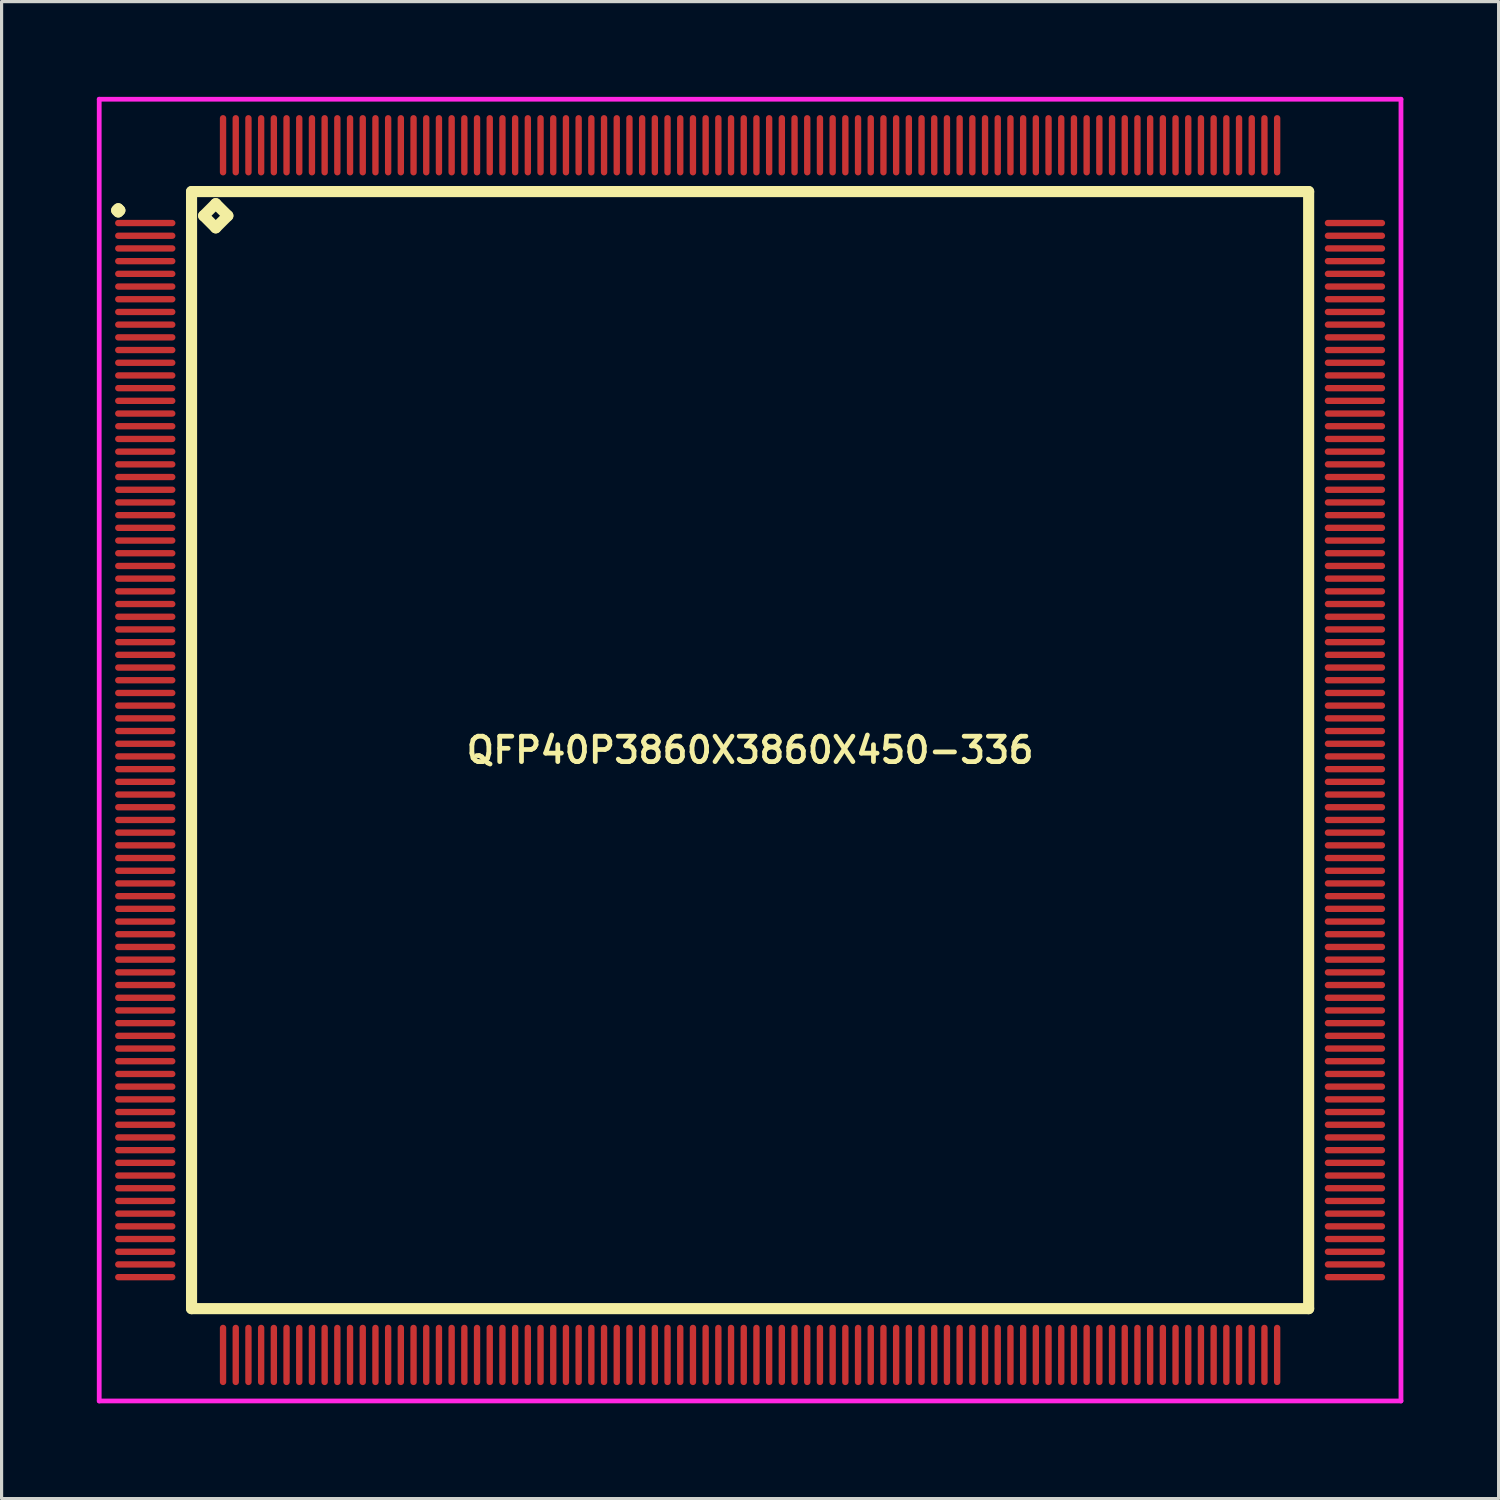
<source format=kicad_pcb>
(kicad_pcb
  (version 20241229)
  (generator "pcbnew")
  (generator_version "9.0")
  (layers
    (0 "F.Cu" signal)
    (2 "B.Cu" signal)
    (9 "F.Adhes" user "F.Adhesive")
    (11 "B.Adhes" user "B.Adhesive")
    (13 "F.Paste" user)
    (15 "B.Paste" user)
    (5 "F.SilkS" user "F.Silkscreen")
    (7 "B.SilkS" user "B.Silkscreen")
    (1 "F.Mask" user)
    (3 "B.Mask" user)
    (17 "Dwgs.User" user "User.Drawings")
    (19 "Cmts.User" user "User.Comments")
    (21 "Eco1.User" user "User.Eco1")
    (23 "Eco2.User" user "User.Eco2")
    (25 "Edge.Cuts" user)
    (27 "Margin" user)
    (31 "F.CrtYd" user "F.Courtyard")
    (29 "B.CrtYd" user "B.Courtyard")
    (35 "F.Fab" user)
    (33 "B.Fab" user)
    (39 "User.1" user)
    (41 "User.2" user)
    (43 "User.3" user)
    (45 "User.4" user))
  (footprint "QFP40P3860X3860X450-336"
    (layer "F.Cu")
    (at 20.575 20.575)
    (property "Reference" "QFP40P3860X3860X450-336" (at 0 0 0) (layer "F.SilkS") (effects (font (size 0.8 0.8) (thickness 0.15))))
    (attr smd)
    (fp_line (start -19.95 -17) (end -19.9 -17.05) (stroke (width 0.35) (type solid)) (layer "F.SilkS"))
    (fp_line (start -19.9 -17.05) (end -19.85 -17) (stroke (width 0.35) (type solid)) (layer "F.SilkS"))
    (fp_line (start -19.9 -16.95) (end -19.95 -17) (stroke (width 0.35) (type solid)) (layer "F.SilkS"))
    (fp_line (start -19.85 -17) (end -19.9 -16.95) (stroke (width 0.35) (type solid)) (layer "F.SilkS"))
    (fp_line (start -17.592 -17.592) (end -17.592 17.592) (stroke (width 0.35) (type solid)) (layer "F.SilkS"))
    (fp_line (start -17.592 17.592) (end 17.592 17.592) (stroke (width 0.35) (type solid)) (layer "F.SilkS"))
    (fp_line (start -17.211 -16.83) (end -16.83 -17.211) (stroke (width 0.35) (type solid)) (layer "F.SilkS"))
    (fp_line (start -16.83 -17.211) (end -16.449 -16.83) (stroke (width 0.35) (type solid)) (layer "F.SilkS"))
    (fp_line (start -16.83 -16.449) (end -17.211 -16.83) (stroke (width 0.35) (type solid)) (layer "F.SilkS"))
    (fp_line (start -16.449 -16.83) (end -16.83 -16.449) (stroke (width 0.35) (type solid)) (layer "F.SilkS"))
    (fp_line (start 17.592 -17.592) (end -17.592 -17.592) (stroke (width 0.35) (type solid)) (layer "F.SilkS"))
    (fp_line (start 17.592 17.592) (end 17.592 -17.592) (stroke (width 0.35) (type solid)) (layer "F.SilkS"))
    (fp_line (start -20.5 -20.5) (end 20.5 -20.5) (stroke (width 0.15) (type solid)) (layer "F.CrtYd"))
    (fp_line (start -20.5 20.5) (end -20.5 -20.5) (stroke (width 0.15) (type solid)) (layer "F.CrtYd"))
    (fp_line (start 20.5 -20.5) (end 20.5 20.5) (stroke (width 0.15) (type solid)) (layer "F.CrtYd"))
    (fp_line (start 20.5 20.5) (end -20.5 20.5) (stroke (width 0.15) (type solid)) (layer "F.CrtYd"))
    (pad "1" smd oval (at -19.05 -16.6) (size 1.9 0.2) (layers "F.Cu" "F.Mask" "F.Paste"))
    (pad "2" smd oval (at -19.05 -16.2) (size 1.9 0.2) (layers "F.Cu" "F.Mask" "F.Paste"))
    (pad "3" smd oval (at -19.05 -15.8) (size 1.9 0.2) (layers "F.Cu" "F.Mask" "F.Paste"))
    (pad "4" smd oval (at -19.05 -15.4) (size 1.9 0.2) (layers "F.Cu" "F.Mask" "F.Paste"))
    (pad "5" smd oval (at -19.05 -15) (size 1.9 0.2) (layers "F.Cu" "F.Mask" "F.Paste"))
    (pad "6" smd oval (at -19.05 -14.6) (size 1.9 0.2) (layers "F.Cu" "F.Mask" "F.Paste"))
    (pad "7" smd oval (at -19.05 -14.2) (size 1.9 0.2) (layers "F.Cu" "F.Mask" "F.Paste"))
    (pad "8" smd oval (at -19.05 -13.8) (size 1.9 0.2) (layers "F.Cu" "F.Mask" "F.Paste"))
    (pad "9" smd oval (at -19.05 -13.4) (size 1.9 0.2) (layers "F.Cu" "F.Mask" "F.Paste"))
    (pad "10" smd oval (at -19.05 -13) (size 1.9 0.2) (layers "F.Cu" "F.Mask" "F.Paste"))
    (pad "11" smd oval (at -19.05 -12.6) (size 1.9 0.2) (layers "F.Cu" "F.Mask" "F.Paste"))
    (pad "12" smd oval (at -19.05 -12.2) (size 1.9 0.2) (layers "F.Cu" "F.Mask" "F.Paste"))
    (pad "13" smd oval (at -19.05 -11.8) (size 1.9 0.2) (layers "F.Cu" "F.Mask" "F.Paste"))
    (pad "14" smd oval (at -19.05 -11.4) (size 1.9 0.2) (layers "F.Cu" "F.Mask" "F.Paste"))
    (pad "15" smd oval (at -19.05 -11) (size 1.9 0.2) (layers "F.Cu" "F.Mask" "F.Paste"))
    (pad "16" smd oval (at -19.05 -10.6) (size 1.9 0.2) (layers "F.Cu" "F.Mask" "F.Paste"))
    (pad "17" smd oval (at -19.05 -10.2) (size 1.9 0.2) (layers "F.Cu" "F.Mask" "F.Paste"))
    (pad "18" smd oval (at -19.05 -9.8) (size 1.9 0.2) (layers "F.Cu" "F.Mask" "F.Paste"))
    (pad "19" smd oval (at -19.05 -9.4) (size 1.9 0.2) (layers "F.Cu" "F.Mask" "F.Paste"))
    (pad "20" smd oval (at -19.05 -9) (size 1.9 0.2) (layers "F.Cu" "F.Mask" "F.Paste"))
    (pad "21" smd oval (at -19.05 -8.6) (size 1.9 0.2) (layers "F.Cu" "F.Mask" "F.Paste"))
    (pad "22" smd oval (at -19.05 -8.2) (size 1.9 0.2) (layers "F.Cu" "F.Mask" "F.Paste"))
    (pad "23" smd oval (at -19.05 -7.8) (size 1.9 0.2) (layers "F.Cu" "F.Mask" "F.Paste"))
    (pad "24" smd oval (at -19.05 -7.4) (size 1.9 0.2) (layers "F.Cu" "F.Mask" "F.Paste"))
    (pad "25" smd oval (at -19.05 -7) (size 1.9 0.2) (layers "F.Cu" "F.Mask" "F.Paste"))
    (pad "26" smd oval (at -19.05 -6.6) (size 1.9 0.2) (layers "F.Cu" "F.Mask" "F.Paste"))
    (pad "27" smd oval (at -19.05 -6.2) (size 1.9 0.2) (layers "F.Cu" "F.Mask" "F.Paste"))
    (pad "28" smd oval (at -19.05 -5.8) (size 1.9 0.2) (layers "F.Cu" "F.Mask" "F.Paste"))
    (pad "29" smd oval (at -19.05 -5.4) (size 1.9 0.2) (layers "F.Cu" "F.Mask" "F.Paste"))
    (pad "30" smd oval (at -19.05 -5) (size 1.9 0.2) (layers "F.Cu" "F.Mask" "F.Paste"))
    (pad "31" smd oval (at -19.05 -4.6) (size 1.9 0.2) (layers "F.Cu" "F.Mask" "F.Paste"))
    (pad "32" smd oval (at -19.05 -4.2) (size 1.9 0.2) (layers "F.Cu" "F.Mask" "F.Paste"))
    (pad "33" smd oval (at -19.05 -3.8) (size 1.9 0.2) (layers "F.Cu" "F.Mask" "F.Paste"))
    (pad "34" smd oval (at -19.05 -3.4) (size 1.9 0.2) (layers "F.Cu" "F.Mask" "F.Paste"))
    (pad "35" smd oval (at -19.05 -3) (size 1.9 0.2) (layers "F.Cu" "F.Mask" "F.Paste"))
    (pad "36" smd oval (at -19.05 -2.6) (size 1.9 0.2) (layers "F.Cu" "F.Mask" "F.Paste"))
    (pad "37" smd oval (at -19.05 -2.2) (size 1.9 0.2) (layers "F.Cu" "F.Mask" "F.Paste"))
    (pad "38" smd oval (at -19.05 -1.8) (size 1.9 0.2) (layers "F.Cu" "F.Mask" "F.Paste"))
    (pad "39" smd oval (at -19.05 -1.4) (size 1.9 0.2) (layers "F.Cu" "F.Mask" "F.Paste"))
    (pad "40" smd oval (at -19.05 -1) (size 1.9 0.2) (layers "F.Cu" "F.Mask" "F.Paste"))
    (pad "41" smd oval (at -19.05 -0.6) (size 1.9 0.2) (layers "F.Cu" "F.Mask" "F.Paste"))
    (pad "42" smd oval (at -19.05 -0.2) (size 1.9 0.2) (layers "F.Cu" "F.Mask" "F.Paste"))
    (pad "43" smd oval (at -19.05 0.2) (size 1.9 0.2) (layers "F.Cu" "F.Mask" "F.Paste"))
    (pad "44" smd oval (at -19.05 0.6) (size 1.9 0.2) (layers "F.Cu" "F.Mask" "F.Paste"))
    (pad "45" smd oval (at -19.05 1) (size 1.9 0.2) (layers "F.Cu" "F.Mask" "F.Paste"))
    (pad "46" smd oval (at -19.05 1.4) (size 1.9 0.2) (layers "F.Cu" "F.Mask" "F.Paste"))
    (pad "47" smd oval (at -19.05 1.8) (size 1.9 0.2) (layers "F.Cu" "F.Mask" "F.Paste"))
    (pad "48" smd oval (at -19.05 2.2) (size 1.9 0.2) (layers "F.Cu" "F.Mask" "F.Paste"))
    (pad "49" smd oval (at -19.05 2.6) (size 1.9 0.2) (layers "F.Cu" "F.Mask" "F.Paste"))
    (pad "50" smd oval (at -19.05 3) (size 1.9 0.2) (layers "F.Cu" "F.Mask" "F.Paste"))
    (pad "51" smd oval (at -19.05 3.4) (size 1.9 0.2) (layers "F.Cu" "F.Mask" "F.Paste"))
    (pad "52" smd oval (at -19.05 3.8) (size 1.9 0.2) (layers "F.Cu" "F.Mask" "F.Paste"))
    (pad "53" smd oval (at -19.05 4.2) (size 1.9 0.2) (layers "F.Cu" "F.Mask" "F.Paste"))
    (pad "54" smd oval (at -19.05 4.6) (size 1.9 0.2) (layers "F.Cu" "F.Mask" "F.Paste"))
    (pad "55" smd oval (at -19.05 5) (size 1.9 0.2) (layers "F.Cu" "F.Mask" "F.Paste"))
    (pad "56" smd oval (at -19.05 5.4) (size 1.9 0.2) (layers "F.Cu" "F.Mask" "F.Paste"))
    (pad "57" smd oval (at -19.05 5.8) (size 1.9 0.2) (layers "F.Cu" "F.Mask" "F.Paste"))
    (pad "58" smd oval (at -19.05 6.2) (size 1.9 0.2) (layers "F.Cu" "F.Mask" "F.Paste"))
    (pad "59" smd oval (at -19.05 6.6) (size 1.9 0.2) (layers "F.Cu" "F.Mask" "F.Paste"))
    (pad "60" smd oval (at -19.05 7) (size 1.9 0.2) (layers "F.Cu" "F.Mask" "F.Paste"))
    (pad "61" smd oval (at -19.05 7.4) (size 1.9 0.2) (layers "F.Cu" "F.Mask" "F.Paste"))
    (pad "62" smd oval (at -19.05 7.8) (size 1.9 0.2) (layers "F.Cu" "F.Mask" "F.Paste"))
    (pad "63" smd oval (at -19.05 8.2) (size 1.9 0.2) (layers "F.Cu" "F.Mask" "F.Paste"))
    (pad "64" smd oval (at -19.05 8.6) (size 1.9 0.2) (layers "F.Cu" "F.Mask" "F.Paste"))
    (pad "65" smd oval (at -19.05 9) (size 1.9 0.2) (layers "F.Cu" "F.Mask" "F.Paste"))
    (pad "66" smd oval (at -19.05 9.4) (size 1.9 0.2) (layers "F.Cu" "F.Mask" "F.Paste"))
    (pad "67" smd oval (at -19.05 9.8) (size 1.9 0.2) (layers "F.Cu" "F.Mask" "F.Paste"))
    (pad "68" smd oval (at -19.05 10.2) (size 1.9 0.2) (layers "F.Cu" "F.Mask" "F.Paste"))
    (pad "69" smd oval (at -19.05 10.6) (size 1.9 0.2) (layers "F.Cu" "F.Mask" "F.Paste"))
    (pad "70" smd oval (at -19.05 11) (size 1.9 0.2) (layers "F.Cu" "F.Mask" "F.Paste"))
    (pad "71" smd oval (at -19.05 11.4) (size 1.9 0.2) (layers "F.Cu" "F.Mask" "F.Paste"))
    (pad "72" smd oval (at -19.05 11.8) (size 1.9 0.2) (layers "F.Cu" "F.Mask" "F.Paste"))
    (pad "73" smd oval (at -19.05 12.2) (size 1.9 0.2) (layers "F.Cu" "F.Mask" "F.Paste"))
    (pad "74" smd oval (at -19.05 12.6) (size 1.9 0.2) (layers "F.Cu" "F.Mask" "F.Paste"))
    (pad "75" smd oval (at -19.05 13) (size 1.9 0.2) (layers "F.Cu" "F.Mask" "F.Paste"))
    (pad "76" smd oval (at -19.05 13.4) (size 1.9 0.2) (layers "F.Cu" "F.Mask" "F.Paste"))
    (pad "77" smd oval (at -19.05 13.8) (size 1.9 0.2) (layers "F.Cu" "F.Mask" "F.Paste"))
    (pad "78" smd oval (at -19.05 14.2) (size 1.9 0.2) (layers "F.Cu" "F.Mask" "F.Paste"))
    (pad "79" smd oval (at -19.05 14.6) (size 1.9 0.2) (layers "F.Cu" "F.Mask" "F.Paste"))
    (pad "80" smd oval (at -19.05 15) (size 1.9 0.2) (layers "F.Cu" "F.Mask" "F.Paste"))
    (pad "81" smd oval (at -19.05 15.4) (size 1.9 0.2) (layers "F.Cu" "F.Mask" "F.Paste"))
    (pad "82" smd oval (at -19.05 15.8) (size 1.9 0.2) (layers "F.Cu" "F.Mask" "F.Paste"))
    (pad "83" smd oval (at -19.05 16.2) (size 1.9 0.2) (layers "F.Cu" "F.Mask" "F.Paste"))
    (pad "84" smd oval (at -19.05 16.6) (size 1.9 0.2) (layers "F.Cu" "F.Mask" "F.Paste"))
    (pad "85" smd oval (at -16.6 19.05) (size 0.2 1.9) (layers "F.Cu" "F.Mask" "F.Paste"))
    (pad "86" smd oval (at -16.2 19.05) (size 0.2 1.9) (layers "F.Cu" "F.Mask" "F.Paste"))
    (pad "87" smd oval (at -15.8 19.05) (size 0.2 1.9) (layers "F.Cu" "F.Mask" "F.Paste"))
    (pad "88" smd oval (at -15.4 19.05) (size 0.2 1.9) (layers "F.Cu" "F.Mask" "F.Paste"))
    (pad "89" smd oval (at -15 19.05) (size 0.2 1.9) (layers "F.Cu" "F.Mask" "F.Paste"))
    (pad "90" smd oval (at -14.6 19.05) (size 0.2 1.9) (layers "F.Cu" "F.Mask" "F.Paste"))
    (pad "91" smd oval (at -14.2 19.05) (size 0.2 1.9) (layers "F.Cu" "F.Mask" "F.Paste"))
    (pad "92" smd oval (at -13.8 19.05) (size 0.2 1.9) (layers "F.Cu" "F.Mask" "F.Paste"))
    (pad "93" smd oval (at -13.4 19.05) (size 0.2 1.9) (layers "F.Cu" "F.Mask" "F.Paste"))
    (pad "94" smd oval (at -13 19.05) (size 0.2 1.9) (layers "F.Cu" "F.Mask" "F.Paste"))
    (pad "95" smd oval (at -12.6 19.05) (size 0.2 1.9) (layers "F.Cu" "F.Mask" "F.Paste"))
    (pad "96" smd oval (at -12.2 19.05) (size 0.2 1.9) (layers "F.Cu" "F.Mask" "F.Paste"))
    (pad "97" smd oval (at -11.8 19.05) (size 0.2 1.9) (layers "F.Cu" "F.Mask" "F.Paste"))
    (pad "98" smd oval (at -11.4 19.05) (size 0.2 1.9) (layers "F.Cu" "F.Mask" "F.Paste"))
    (pad "99" smd oval (at -11 19.05) (size 0.2 1.9) (layers "F.Cu" "F.Mask" "F.Paste"))
    (pad "100" smd oval (at -10.6 19.05) (size 0.2 1.9) (layers "F.Cu" "F.Mask" "F.Paste"))
    (pad "101" smd oval (at -10.2 19.05) (size 0.2 1.9) (layers "F.Cu" "F.Mask" "F.Paste"))
    (pad "102" smd oval (at -9.8 19.05) (size 0.2 1.9) (layers "F.Cu" "F.Mask" "F.Paste"))
    (pad "103" smd oval (at -9.4 19.05) (size 0.2 1.9) (layers "F.Cu" "F.Mask" "F.Paste"))
    (pad "104" smd oval (at -9 19.05) (size 0.2 1.9) (layers "F.Cu" "F.Mask" "F.Paste"))
    (pad "105" smd oval (at -8.6 19.05) (size 0.2 1.9) (layers "F.Cu" "F.Mask" "F.Paste"))
    (pad "106" smd oval (at -8.2 19.05) (size 0.2 1.9) (layers "F.Cu" "F.Mask" "F.Paste"))
    (pad "107" smd oval (at -7.8 19.05) (size 0.2 1.9) (layers "F.Cu" "F.Mask" "F.Paste"))
    (pad "108" smd oval (at -7.4 19.05) (size 0.2 1.9) (layers "F.Cu" "F.Mask" "F.Paste"))
    (pad "109" smd oval (at -7 19.05) (size 0.2 1.9) (layers "F.Cu" "F.Mask" "F.Paste"))
    (pad "110" smd oval (at -6.6 19.05) (size 0.2 1.9) (layers "F.Cu" "F.Mask" "F.Paste"))
    (pad "111" smd oval (at -6.2 19.05) (size 0.2 1.9) (layers "F.Cu" "F.Mask" "F.Paste"))
    (pad "112" smd oval (at -5.8 19.05) (size 0.2 1.9) (layers "F.Cu" "F.Mask" "F.Paste"))
    (pad "113" smd oval (at -5.4 19.05) (size 0.2 1.9) (layers "F.Cu" "F.Mask" "F.Paste"))
    (pad "114" smd oval (at -5 19.05) (size 0.2 1.9) (layers "F.Cu" "F.Mask" "F.Paste"))
    (pad "115" smd oval (at -4.6 19.05) (size 0.2 1.9) (layers "F.Cu" "F.Mask" "F.Paste"))
    (pad "116" smd oval (at -4.2 19.05) (size 0.2 1.9) (layers "F.Cu" "F.Mask" "F.Paste"))
    (pad "117" smd oval (at -3.8 19.05) (size 0.2 1.9) (layers "F.Cu" "F.Mask" "F.Paste"))
    (pad "118" smd oval (at -3.4 19.05) (size 0.2 1.9) (layers "F.Cu" "F.Mask" "F.Paste"))
    (pad "119" smd oval (at -3 19.05) (size 0.2 1.9) (layers "F.Cu" "F.Mask" "F.Paste"))
    (pad "120" smd oval (at -2.6 19.05) (size 0.2 1.9) (layers "F.Cu" "F.Mask" "F.Paste"))
    (pad "121" smd oval (at -2.2 19.05) (size 0.2 1.9) (layers "F.Cu" "F.Mask" "F.Paste"))
    (pad "122" smd oval (at -1.8 19.05) (size 0.2 1.9) (layers "F.Cu" "F.Mask" "F.Paste"))
    (pad "123" smd oval (at -1.4 19.05) (size 0.2 1.9) (layers "F.Cu" "F.Mask" "F.Paste"))
    (pad "124" smd oval (at -1 19.05) (size 0.2 1.9) (layers "F.Cu" "F.Mask" "F.Paste"))
    (pad "125" smd oval (at -0.6 19.05) (size 0.2 1.9) (layers "F.Cu" "F.Mask" "F.Paste"))
    (pad "126" smd oval (at -0.2 19.05) (size 0.2 1.9) (layers "F.Cu" "F.Mask" "F.Paste"))
    (pad "127" smd oval (at 0.2 19.05) (size 0.2 1.9) (layers "F.Cu" "F.Mask" "F.Paste"))
    (pad "128" smd oval (at 0.6 19.05) (size 0.2 1.9) (layers "F.Cu" "F.Mask" "F.Paste"))
    (pad "129" smd oval (at 1 19.05) (size 0.2 1.9) (layers "F.Cu" "F.Mask" "F.Paste"))
    (pad "130" smd oval (at 1.4 19.05) (size 0.2 1.9) (layers "F.Cu" "F.Mask" "F.Paste"))
    (pad "131" smd oval (at 1.8 19.05) (size 0.2 1.9) (layers "F.Cu" "F.Mask" "F.Paste"))
    (pad "132" smd oval (at 2.2 19.05) (size 0.2 1.9) (layers "F.Cu" "F.Mask" "F.Paste"))
    (pad "133" smd oval (at 2.6 19.05) (size 0.2 1.9) (layers "F.Cu" "F.Mask" "F.Paste"))
    (pad "134" smd oval (at 3 19.05) (size 0.2 1.9) (layers "F.Cu" "F.Mask" "F.Paste"))
    (pad "135" smd oval (at 3.4 19.05) (size 0.2 1.9) (layers "F.Cu" "F.Mask" "F.Paste"))
    (pad "136" smd oval (at 3.8 19.05) (size 0.2 1.9) (layers "F.Cu" "F.Mask" "F.Paste"))
    (pad "137" smd oval (at 4.2 19.05) (size 0.2 1.9) (layers "F.Cu" "F.Mask" "F.Paste"))
    (pad "138" smd oval (at 4.6 19.05) (size 0.2 1.9) (layers "F.Cu" "F.Mask" "F.Paste"))
    (pad "139" smd oval (at 5 19.05) (size 0.2 1.9) (layers "F.Cu" "F.Mask" "F.Paste"))
    (pad "140" smd oval (at 5.4 19.05) (size 0.2 1.9) (layers "F.Cu" "F.Mask" "F.Paste"))
    (pad "141" smd oval (at 5.8 19.05) (size 0.2 1.9) (layers "F.Cu" "F.Mask" "F.Paste"))
    (pad "142" smd oval (at 6.2 19.05) (size 0.2 1.9) (layers "F.Cu" "F.Mask" "F.Paste"))
    (pad "143" smd oval (at 6.6 19.05) (size 0.2 1.9) (layers "F.Cu" "F.Mask" "F.Paste"))
    (pad "144" smd oval (at 7 19.05) (size 0.2 1.9) (layers "F.Cu" "F.Mask" "F.Paste"))
    (pad "145" smd oval (at 7.4 19.05) (size 0.2 1.9) (layers "F.Cu" "F.Mask" "F.Paste"))
    (pad "146" smd oval (at 7.8 19.05) (size 0.2 1.9) (layers "F.Cu" "F.Mask" "F.Paste"))
    (pad "147" smd oval (at 8.2 19.05) (size 0.2 1.9) (layers "F.Cu" "F.Mask" "F.Paste"))
    (pad "148" smd oval (at 8.6 19.05) (size 0.2 1.9) (layers "F.Cu" "F.Mask" "F.Paste"))
    (pad "149" smd oval (at 9 19.05) (size 0.2 1.9) (layers "F.Cu" "F.Mask" "F.Paste"))
    (pad "150" smd oval (at 9.4 19.05) (size 0.2 1.9) (layers "F.Cu" "F.Mask" "F.Paste"))
    (pad "151" smd oval (at 9.8 19.05) (size 0.2 1.9) (layers "F.Cu" "F.Mask" "F.Paste"))
    (pad "152" smd oval (at 10.2 19.05) (size 0.2 1.9) (layers "F.Cu" "F.Mask" "F.Paste"))
    (pad "153" smd oval (at 10.6 19.05) (size 0.2 1.9) (layers "F.Cu" "F.Mask" "F.Paste"))
    (pad "154" smd oval (at 11 19.05) (size 0.2 1.9) (layers "F.Cu" "F.Mask" "F.Paste"))
    (pad "155" smd oval (at 11.4 19.05) (size 0.2 1.9) (layers "F.Cu" "F.Mask" "F.Paste"))
    (pad "156" smd oval (at 11.8 19.05) (size 0.2 1.9) (layers "F.Cu" "F.Mask" "F.Paste"))
    (pad "157" smd oval (at 12.2 19.05) (size 0.2 1.9) (layers "F.Cu" "F.Mask" "F.Paste"))
    (pad "158" smd oval (at 12.6 19.05) (size 0.2 1.9) (layers "F.Cu" "F.Mask" "F.Paste"))
    (pad "159" smd oval (at 13 19.05) (size 0.2 1.9) (layers "F.Cu" "F.Mask" "F.Paste"))
    (pad "160" smd oval (at 13.4 19.05) (size 0.2 1.9) (layers "F.Cu" "F.Mask" "F.Paste"))
    (pad "161" smd oval (at 13.8 19.05) (size 0.2 1.9) (layers "F.Cu" "F.Mask" "F.Paste"))
    (pad "162" smd oval (at 14.2 19.05) (size 0.2 1.9) (layers "F.Cu" "F.Mask" "F.Paste"))
    (pad "163" smd oval (at 14.6 19.05) (size 0.2 1.9) (layers "F.Cu" "F.Mask" "F.Paste"))
    (pad "164" smd oval (at 15 19.05) (size 0.2 1.9) (layers "F.Cu" "F.Mask" "F.Paste"))
    (pad "165" smd oval (at 15.4 19.05) (size 0.2 1.9) (layers "F.Cu" "F.Mask" "F.Paste"))
    (pad "166" smd oval (at 15.8 19.05) (size 0.2 1.9) (layers "F.Cu" "F.Mask" "F.Paste"))
    (pad "167" smd oval (at 16.2 19.05) (size 0.2 1.9) (layers "F.Cu" "F.Mask" "F.Paste"))
    (pad "168" smd oval (at 16.6 19.05) (size 0.2 1.9) (layers "F.Cu" "F.Mask" "F.Paste"))
    (pad "169" smd oval (at 19.05 16.6) (size 1.9 0.2) (layers "F.Cu" "F.Mask" "F.Paste"))
    (pad "170" smd oval (at 19.05 16.2) (size 1.9 0.2) (layers "F.Cu" "F.Mask" "F.Paste"))
    (pad "171" smd oval (at 19.05 15.8) (size 1.9 0.2) (layers "F.Cu" "F.Mask" "F.Paste"))
    (pad "172" smd oval (at 19.05 15.4) (size 1.9 0.2) (layers "F.Cu" "F.Mask" "F.Paste"))
    (pad "173" smd oval (at 19.05 15) (size 1.9 0.2) (layers "F.Cu" "F.Mask" "F.Paste"))
    (pad "174" smd oval (at 19.05 14.6) (size 1.9 0.2) (layers "F.Cu" "F.Mask" "F.Paste"))
    (pad "175" smd oval (at 19.05 14.2) (size 1.9 0.2) (layers "F.Cu" "F.Mask" "F.Paste"))
    (pad "176" smd oval (at 19.05 13.8) (size 1.9 0.2) (layers "F.Cu" "F.Mask" "F.Paste"))
    (pad "177" smd oval (at 19.05 13.4) (size 1.9 0.2) (layers "F.Cu" "F.Mask" "F.Paste"))
    (pad "178" smd oval (at 19.05 13) (size 1.9 0.2) (layers "F.Cu" "F.Mask" "F.Paste"))
    (pad "179" smd oval (at 19.05 12.6) (size 1.9 0.2) (layers "F.Cu" "F.Mask" "F.Paste"))
    (pad "180" smd oval (at 19.05 12.2) (size 1.9 0.2) (layers "F.Cu" "F.Mask" "F.Paste"))
    (pad "181" smd oval (at 19.05 11.8) (size 1.9 0.2) (layers "F.Cu" "F.Mask" "F.Paste"))
    (pad "182" smd oval (at 19.05 11.4) (size 1.9 0.2) (layers "F.Cu" "F.Mask" "F.Paste"))
    (pad "183" smd oval (at 19.05 11) (size 1.9 0.2) (layers "F.Cu" "F.Mask" "F.Paste"))
    (pad "184" smd oval (at 19.05 10.6) (size 1.9 0.2) (layers "F.Cu" "F.Mask" "F.Paste"))
    (pad "185" smd oval (at 19.05 10.2) (size 1.9 0.2) (layers "F.Cu" "F.Mask" "F.Paste"))
    (pad "186" smd oval (at 19.05 9.8) (size 1.9 0.2) (layers "F.Cu" "F.Mask" "F.Paste"))
    (pad "187" smd oval (at 19.05 9.4) (size 1.9 0.2) (layers "F.Cu" "F.Mask" "F.Paste"))
    (pad "188" smd oval (at 19.05 9) (size 1.9 0.2) (layers "F.Cu" "F.Mask" "F.Paste"))
    (pad "189" smd oval (at 19.05 8.6) (size 1.9 0.2) (layers "F.Cu" "F.Mask" "F.Paste"))
    (pad "190" smd oval (at 19.05 8.2) (size 1.9 0.2) (layers "F.Cu" "F.Mask" "F.Paste"))
    (pad "191" smd oval (at 19.05 7.8) (size 1.9 0.2) (layers "F.Cu" "F.Mask" "F.Paste"))
    (pad "192" smd oval (at 19.05 7.4) (size 1.9 0.2) (layers "F.Cu" "F.Mask" "F.Paste"))
    (pad "193" smd oval (at 19.05 7) (size 1.9 0.2) (layers "F.Cu" "F.Mask" "F.Paste"))
    (pad "194" smd oval (at 19.05 6.6) (size 1.9 0.2) (layers "F.Cu" "F.Mask" "F.Paste"))
    (pad "195" smd oval (at 19.05 6.2) (size 1.9 0.2) (layers "F.Cu" "F.Mask" "F.Paste"))
    (pad "196" smd oval (at 19.05 5.8) (size 1.9 0.2) (layers "F.Cu" "F.Mask" "F.Paste"))
    (pad "197" smd oval (at 19.05 5.4) (size 1.9 0.2) (layers "F.Cu" "F.Mask" "F.Paste"))
    (pad "198" smd oval (at 19.05 5) (size 1.9 0.2) (layers "F.Cu" "F.Mask" "F.Paste"))
    (pad "199" smd oval (at 19.05 4.6) (size 1.9 0.2) (layers "F.Cu" "F.Mask" "F.Paste"))
    (pad "200" smd oval (at 19.05 4.2) (size 1.9 0.2) (layers "F.Cu" "F.Mask" "F.Paste"))
    (pad "201" smd oval (at 19.05 3.8) (size 1.9 0.2) (layers "F.Cu" "F.Mask" "F.Paste"))
    (pad "202" smd oval (at 19.05 3.4) (size 1.9 0.2) (layers "F.Cu" "F.Mask" "F.Paste"))
    (pad "203" smd oval (at 19.05 3) (size 1.9 0.2) (layers "F.Cu" "F.Mask" "F.Paste"))
    (pad "204" smd oval (at 19.05 2.6) (size 1.9 0.2) (layers "F.Cu" "F.Mask" "F.Paste"))
    (pad "205" smd oval (at 19.05 2.2) (size 1.9 0.2) (layers "F.Cu" "F.Mask" "F.Paste"))
    (pad "206" smd oval (at 19.05 1.8) (size 1.9 0.2) (layers "F.Cu" "F.Mask" "F.Paste"))
    (pad "207" smd oval (at 19.05 1.4) (size 1.9 0.2) (layers "F.Cu" "F.Mask" "F.Paste"))
    (pad "208" smd oval (at 19.05 1) (size 1.9 0.2) (layers "F.Cu" "F.Mask" "F.Paste"))
    (pad "209" smd oval (at 19.05 0.6) (size 1.9 0.2) (layers "F.Cu" "F.Mask" "F.Paste"))
    (pad "210" smd oval (at 19.05 0.2) (size 1.9 0.2) (layers "F.Cu" "F.Mask" "F.Paste"))
    (pad "211" smd oval (at 19.05 -0.2) (size 1.9 0.2) (layers "F.Cu" "F.Mask" "F.Paste"))
    (pad "212" smd oval (at 19.05 -0.6) (size 1.9 0.2) (layers "F.Cu" "F.Mask" "F.Paste"))
    (pad "213" smd oval (at 19.05 -1) (size 1.9 0.2) (layers "F.Cu" "F.Mask" "F.Paste"))
    (pad "214" smd oval (at 19.05 -1.4) (size 1.9 0.2) (layers "F.Cu" "F.Mask" "F.Paste"))
    (pad "215" smd oval (at 19.05 -1.8) (size 1.9 0.2) (layers "F.Cu" "F.Mask" "F.Paste"))
    (pad "216" smd oval (at 19.05 -2.2) (size 1.9 0.2) (layers "F.Cu" "F.Mask" "F.Paste"))
    (pad "217" smd oval (at 19.05 -2.6) (size 1.9 0.2) (layers "F.Cu" "F.Mask" "F.Paste"))
    (pad "218" smd oval (at 19.05 -3) (size 1.9 0.2) (layers "F.Cu" "F.Mask" "F.Paste"))
    (pad "219" smd oval (at 19.05 -3.4) (size 1.9 0.2) (layers "F.Cu" "F.Mask" "F.Paste"))
    (pad "220" smd oval (at 19.05 -3.8) (size 1.9 0.2) (layers "F.Cu" "F.Mask" "F.Paste"))
    (pad "221" smd oval (at 19.05 -4.2) (size 1.9 0.2) (layers "F.Cu" "F.Mask" "F.Paste"))
    (pad "222" smd oval (at 19.05 -4.6) (size 1.9 0.2) (layers "F.Cu" "F.Mask" "F.Paste"))
    (pad "223" smd oval (at 19.05 -5) (size 1.9 0.2) (layers "F.Cu" "F.Mask" "F.Paste"))
    (pad "224" smd oval (at 19.05 -5.4) (size 1.9 0.2) (layers "F.Cu" "F.Mask" "F.Paste"))
    (pad "225" smd oval (at 19.05 -5.8) (size 1.9 0.2) (layers "F.Cu" "F.Mask" "F.Paste"))
    (pad "226" smd oval (at 19.05 -6.2) (size 1.9 0.2) (layers "F.Cu" "F.Mask" "F.Paste"))
    (pad "227" smd oval (at 19.05 -6.6) (size 1.9 0.2) (layers "F.Cu" "F.Mask" "F.Paste"))
    (pad "228" smd oval (at 19.05 -7) (size 1.9 0.2) (layers "F.Cu" "F.Mask" "F.Paste"))
    (pad "229" smd oval (at 19.05 -7.4) (size 1.9 0.2) (layers "F.Cu" "F.Mask" "F.Paste"))
    (pad "230" smd oval (at 19.05 -7.8) (size 1.9 0.2) (layers "F.Cu" "F.Mask" "F.Paste"))
    (pad "231" smd oval (at 19.05 -8.2) (size 1.9 0.2) (layers "F.Cu" "F.Mask" "F.Paste"))
    (pad "232" smd oval (at 19.05 -8.6) (size 1.9 0.2) (layers "F.Cu" "F.Mask" "F.Paste"))
    (pad "233" smd oval (at 19.05 -9) (size 1.9 0.2) (layers "F.Cu" "F.Mask" "F.Paste"))
    (pad "234" smd oval (at 19.05 -9.4) (size 1.9 0.2) (layers "F.Cu" "F.Mask" "F.Paste"))
    (pad "235" smd oval (at 19.05 -9.8) (size 1.9 0.2) (layers "F.Cu" "F.Mask" "F.Paste"))
    (pad "236" smd oval (at 19.05 -10.2) (size 1.9 0.2) (layers "F.Cu" "F.Mask" "F.Paste"))
    (pad "237" smd oval (at 19.05 -10.6) (size 1.9 0.2) (layers "F.Cu" "F.Mask" "F.Paste"))
    (pad "238" smd oval (at 19.05 -11) (size 1.9 0.2) (layers "F.Cu" "F.Mask" "F.Paste"))
    (pad "239" smd oval (at 19.05 -11.4) (size 1.9 0.2) (layers "F.Cu" "F.Mask" "F.Paste"))
    (pad "240" smd oval (at 19.05 -11.8) (size 1.9 0.2) (layers "F.Cu" "F.Mask" "F.Paste"))
    (pad "241" smd oval (at 19.05 -12.2) (size 1.9 0.2) (layers "F.Cu" "F.Mask" "F.Paste"))
    (pad "242" smd oval (at 19.05 -12.6) (size 1.9 0.2) (layers "F.Cu" "F.Mask" "F.Paste"))
    (pad "243" smd oval (at 19.05 -13) (size 1.9 0.2) (layers "F.Cu" "F.Mask" "F.Paste"))
    (pad "244" smd oval (at 19.05 -13.4) (size 1.9 0.2) (layers "F.Cu" "F.Mask" "F.Paste"))
    (pad "245" smd oval (at 19.05 -13.8) (size 1.9 0.2) (layers "F.Cu" "F.Mask" "F.Paste"))
    (pad "246" smd oval (at 19.05 -14.2) (size 1.9 0.2) (layers "F.Cu" "F.Mask" "F.Paste"))
    (pad "247" smd oval (at 19.05 -14.6) (size 1.9 0.2) (layers "F.Cu" "F.Mask" "F.Paste"))
    (pad "248" smd oval (at 19.05 -15) (size 1.9 0.2) (layers "F.Cu" "F.Mask" "F.Paste"))
    (pad "249" smd oval (at 19.05 -15.4) (size 1.9 0.2) (layers "F.Cu" "F.Mask" "F.Paste"))
    (pad "250" smd oval (at 19.05 -15.8) (size 1.9 0.2) (layers "F.Cu" "F.Mask" "F.Paste"))
    (pad "251" smd oval (at 19.05 -16.2) (size 1.9 0.2) (layers "F.Cu" "F.Mask" "F.Paste"))
    (pad "252" smd oval (at 19.05 -16.6) (size 1.9 0.2) (layers "F.Cu" "F.Mask" "F.Paste"))
    (pad "253" smd oval (at 16.6 -19.05) (size 0.2 1.9) (layers "F.Cu" "F.Mask" "F.Paste"))
    (pad "254" smd oval (at 16.2 -19.05) (size 0.2 1.9) (layers "F.Cu" "F.Mask" "F.Paste"))
    (pad "255" smd oval (at 15.8 -19.05) (size 0.2 1.9) (layers "F.Cu" "F.Mask" "F.Paste"))
    (pad "256" smd oval (at 15.4 -19.05) (size 0.2 1.9) (layers "F.Cu" "F.Mask" "F.Paste"))
    (pad "257" smd oval (at 15 -19.05) (size 0.2 1.9) (layers "F.Cu" "F.Mask" "F.Paste"))
    (pad "258" smd oval (at 14.6 -19.05) (size 0.2 1.9) (layers "F.Cu" "F.Mask" "F.Paste"))
    (pad "259" smd oval (at 14.2 -19.05) (size 0.2 1.9) (layers "F.Cu" "F.Mask" "F.Paste"))
    (pad "260" smd oval (at 13.8 -19.05) (size 0.2 1.9) (layers "F.Cu" "F.Mask" "F.Paste"))
    (pad "261" smd oval (at 13.4 -19.05) (size 0.2 1.9) (layers "F.Cu" "F.Mask" "F.Paste"))
    (pad "262" smd oval (at 13 -19.05) (size 0.2 1.9) (layers "F.Cu" "F.Mask" "F.Paste"))
    (pad "263" smd oval (at 12.6 -19.05) (size 0.2 1.9) (layers "F.Cu" "F.Mask" "F.Paste"))
    (pad "264" smd oval (at 12.2 -19.05) (size 0.2 1.9) (layers "F.Cu" "F.Mask" "F.Paste"))
    (pad "265" smd oval (at 11.8 -19.05) (size 0.2 1.9) (layers "F.Cu" "F.Mask" "F.Paste"))
    (pad "266" smd oval (at 11.4 -19.05) (size 0.2 1.9) (layers "F.Cu" "F.Mask" "F.Paste"))
    (pad "267" smd oval (at 11 -19.05) (size 0.2 1.9) (layers "F.Cu" "F.Mask" "F.Paste"))
    (pad "268" smd oval (at 10.6 -19.05) (size 0.2 1.9) (layers "F.Cu" "F.Mask" "F.Paste"))
    (pad "269" smd oval (at 10.2 -19.05) (size 0.2 1.9) (layers "F.Cu" "F.Mask" "F.Paste"))
    (pad "270" smd oval (at 9.8 -19.05) (size 0.2 1.9) (layers "F.Cu" "F.Mask" "F.Paste"))
    (pad "271" smd oval (at 9.4 -19.05) (size 0.2 1.9) (layers "F.Cu" "F.Mask" "F.Paste"))
    (pad "272" smd oval (at 9 -19.05) (size 0.2 1.9) (layers "F.Cu" "F.Mask" "F.Paste"))
    (pad "273" smd oval (at 8.6 -19.05) (size 0.2 1.9) (layers "F.Cu" "F.Mask" "F.Paste"))
    (pad "274" smd oval (at 8.2 -19.05) (size 0.2 1.9) (layers "F.Cu" "F.Mask" "F.Paste"))
    (pad "275" smd oval (at 7.8 -19.05) (size 0.2 1.9) (layers "F.Cu" "F.Mask" "F.Paste"))
    (pad "276" smd oval (at 7.4 -19.05) (size 0.2 1.9) (layers "F.Cu" "F.Mask" "F.Paste"))
    (pad "277" smd oval (at 7 -19.05) (size 0.2 1.9) (layers "F.Cu" "F.Mask" "F.Paste"))
    (pad "278" smd oval (at 6.6 -19.05) (size 0.2 1.9) (layers "F.Cu" "F.Mask" "F.Paste"))
    (pad "279" smd oval (at 6.2 -19.05) (size 0.2 1.9) (layers "F.Cu" "F.Mask" "F.Paste"))
    (pad "280" smd oval (at 5.8 -19.05) (size 0.2 1.9) (layers "F.Cu" "F.Mask" "F.Paste"))
    (pad "281" smd oval (at 5.4 -19.05) (size 0.2 1.9) (layers "F.Cu" "F.Mask" "F.Paste"))
    (pad "282" smd oval (at 5 -19.05) (size 0.2 1.9) (layers "F.Cu" "F.Mask" "F.Paste"))
    (pad "283" smd oval (at 4.6 -19.05) (size 0.2 1.9) (layers "F.Cu" "F.Mask" "F.Paste"))
    (pad "284" smd oval (at 4.2 -19.05) (size 0.2 1.9) (layers "F.Cu" "F.Mask" "F.Paste"))
    (pad "285" smd oval (at 3.8 -19.05) (size 0.2 1.9) (layers "F.Cu" "F.Mask" "F.Paste"))
    (pad "286" smd oval (at 3.4 -19.05) (size 0.2 1.9) (layers "F.Cu" "F.Mask" "F.Paste"))
    (pad "287" smd oval (at 3 -19.05) (size 0.2 1.9) (layers "F.Cu" "F.Mask" "F.Paste"))
    (pad "288" smd oval (at 2.6 -19.05) (size 0.2 1.9) (layers "F.Cu" "F.Mask" "F.Paste"))
    (pad "289" smd oval (at 2.2 -19.05) (size 0.2 1.9) (layers "F.Cu" "F.Mask" "F.Paste"))
    (pad "290" smd oval (at 1.8 -19.05) (size 0.2 1.9) (layers "F.Cu" "F.Mask" "F.Paste"))
    (pad "291" smd oval (at 1.4 -19.05) (size 0.2 1.9) (layers "F.Cu" "F.Mask" "F.Paste"))
    (pad "292" smd oval (at 1 -19.05) (size 0.2 1.9) (layers "F.Cu" "F.Mask" "F.Paste"))
    (pad "293" smd oval (at 0.6 -19.05) (size 0.2 1.9) (layers "F.Cu" "F.Mask" "F.Paste"))
    (pad "294" smd oval (at 0.2 -19.05) (size 0.2 1.9) (layers "F.Cu" "F.Mask" "F.Paste"))
    (pad "295" smd oval (at -0.2 -19.05) (size 0.2 1.9) (layers "F.Cu" "F.Mask" "F.Paste"))
    (pad "296" smd oval (at -0.6 -19.05) (size 0.2 1.9) (layers "F.Cu" "F.Mask" "F.Paste"))
    (pad "297" smd oval (at -1 -19.05) (size 0.2 1.9) (layers "F.Cu" "F.Mask" "F.Paste"))
    (pad "298" smd oval (at -1.4 -19.05) (size 0.2 1.9) (layers "F.Cu" "F.Mask" "F.Paste"))
    (pad "299" smd oval (at -1.8 -19.05) (size 0.2 1.9) (layers "F.Cu" "F.Mask" "F.Paste"))
    (pad "300" smd oval (at -2.2 -19.05) (size 0.2 1.9) (layers "F.Cu" "F.Mask" "F.Paste"))
    (pad "301" smd oval (at -2.6 -19.05) (size 0.2 1.9) (layers "F.Cu" "F.Mask" "F.Paste"))
    (pad "302" smd oval (at -3 -19.05) (size 0.2 1.9) (layers "F.Cu" "F.Mask" "F.Paste"))
    (pad "303" smd oval (at -3.4 -19.05) (size 0.2 1.9) (layers "F.Cu" "F.Mask" "F.Paste"))
    (pad "304" smd oval (at -3.8 -19.05) (size 0.2 1.9) (layers "F.Cu" "F.Mask" "F.Paste"))
    (pad "305" smd oval (at -4.2 -19.05) (size 0.2 1.9) (layers "F.Cu" "F.Mask" "F.Paste"))
    (pad "306" smd oval (at -4.6 -19.05) (size 0.2 1.9) (layers "F.Cu" "F.Mask" "F.Paste"))
    (pad "307" smd oval (at -5 -19.05) (size 0.2 1.9) (layers "F.Cu" "F.Mask" "F.Paste"))
    (pad "308" smd oval (at -5.4 -19.05) (size 0.2 1.9) (layers "F.Cu" "F.Mask" "F.Paste"))
    (pad "309" smd oval (at -5.8 -19.05) (size 0.2 1.9) (layers "F.Cu" "F.Mask" "F.Paste"))
    (pad "310" smd oval (at -6.2 -19.05) (size 0.2 1.9) (layers "F.Cu" "F.Mask" "F.Paste"))
    (pad "311" smd oval (at -6.6 -19.05) (size 0.2 1.9) (layers "F.Cu" "F.Mask" "F.Paste"))
    (pad "312" smd oval (at -7 -19.05) (size 0.2 1.9) (layers "F.Cu" "F.Mask" "F.Paste"))
    (pad "313" smd oval (at -7.4 -19.05) (size 0.2 1.9) (layers "F.Cu" "F.Mask" "F.Paste"))
    (pad "314" smd oval (at -7.8 -19.05) (size 0.2 1.9) (layers "F.Cu" "F.Mask" "F.Paste"))
    (pad "315" smd oval (at -8.2 -19.05) (size 0.2 1.9) (layers "F.Cu" "F.Mask" "F.Paste"))
    (pad "316" smd oval (at -8.6 -19.05) (size 0.2 1.9) (layers "F.Cu" "F.Mask" "F.Paste"))
    (pad "317" smd oval (at -9 -19.05) (size 0.2 1.9) (layers "F.Cu" "F.Mask" "F.Paste"))
    (pad "318" smd oval (at -9.4 -19.05) (size 0.2 1.9) (layers "F.Cu" "F.Mask" "F.Paste"))
    (pad "319" smd oval (at -9.8 -19.05) (size 0.2 1.9) (layers "F.Cu" "F.Mask" "F.Paste"))
    (pad "320" smd oval (at -10.2 -19.05) (size 0.2 1.9) (layers "F.Cu" "F.Mask" "F.Paste"))
    (pad "321" smd oval (at -10.6 -19.05) (size 0.2 1.9) (layers "F.Cu" "F.Mask" "F.Paste"))
    (pad "322" smd oval (at -11 -19.05) (size 0.2 1.9) (layers "F.Cu" "F.Mask" "F.Paste"))
    (pad "323" smd oval (at -11.4 -19.05) (size 0.2 1.9) (layers "F.Cu" "F.Mask" "F.Paste"))
    (pad "324" smd oval (at -11.8 -19.05) (size 0.2 1.9) (layers "F.Cu" "F.Mask" "F.Paste"))
    (pad "325" smd oval (at -12.2 -19.05) (size 0.2 1.9) (layers "F.Cu" "F.Mask" "F.Paste"))
    (pad "326" smd oval (at -12.6 -19.05) (size 0.2 1.9) (layers "F.Cu" "F.Mask" "F.Paste"))
    (pad "327" smd oval (at -13 -19.05) (size 0.2 1.9) (layers "F.Cu" "F.Mask" "F.Paste"))
    (pad "328" smd oval (at -13.4 -19.05) (size 0.2 1.9) (layers "F.Cu" "F.Mask" "F.Paste"))
    (pad "329" smd oval (at -13.8 -19.05) (size 0.2 1.9) (layers "F.Cu" "F.Mask" "F.Paste"))
    (pad "330" smd oval (at -14.2 -19.05) (size 0.2 1.9) (layers "F.Cu" "F.Mask" "F.Paste"))
    (pad "331" smd oval (at -14.6 -19.05) (size 0.2 1.9) (layers "F.Cu" "F.Mask" "F.Paste"))
    (pad "332" smd oval (at -15 -19.05) (size 0.2 1.9) (layers "F.Cu" "F.Mask" "F.Paste"))
    (pad "333" smd oval (at -15.4 -19.05) (size 0.2 1.9) (layers "F.Cu" "F.Mask" "F.Paste"))
    (pad "334" smd oval (at -15.8 -19.05) (size 0.2 1.9) (layers "F.Cu" "F.Mask" "F.Paste"))
    (pad "335" smd oval (at -16.2 -19.05) (size 0.2 1.9) (layers "F.Cu" "F.Mask" "F.Paste"))
    (pad "336" smd oval (at -16.6 -19.05) (size 0.2 1.9) (layers "F.Cu" "F.Mask" "F.Paste")))
  (gr_rect
    (start -3 -3)
    (end 44.15 44.15)
    (stroke (width 0.1) (type default))
    (fill no)
    (layer "Edge.Cuts")))
</source>
